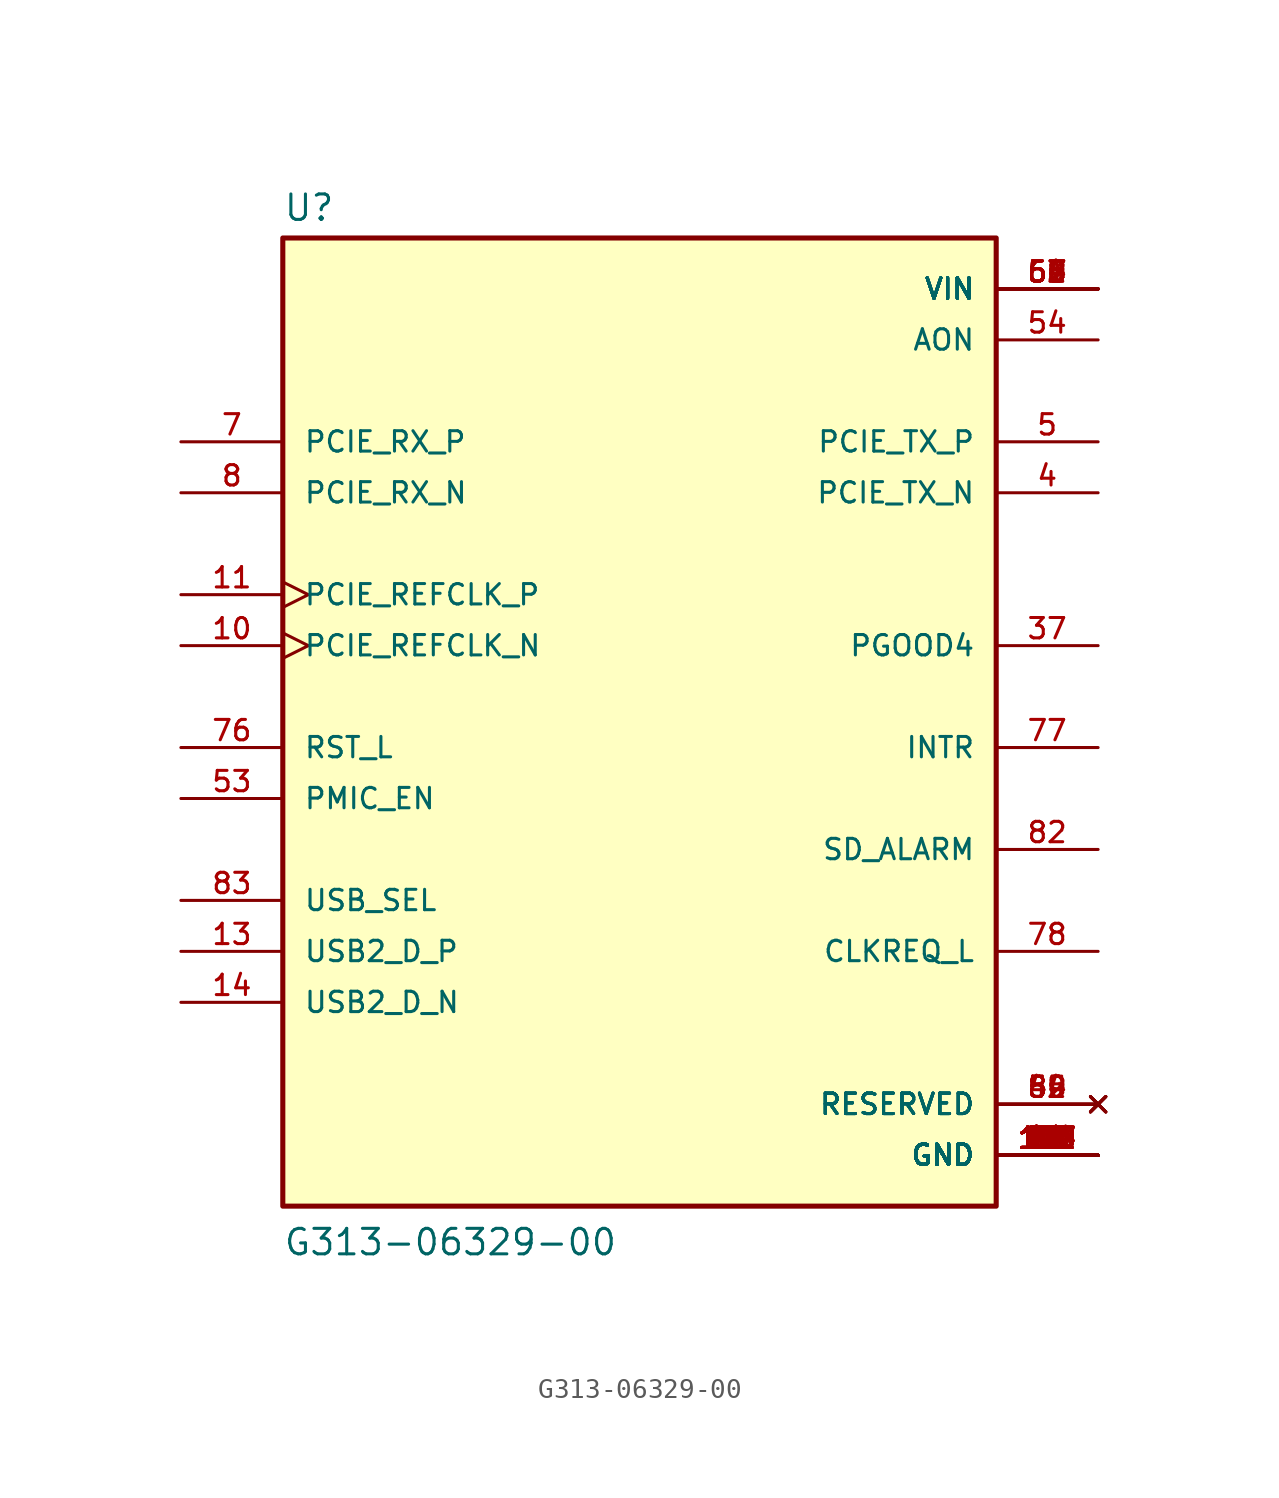
<source format=kicad_sym>
(kicad_symbol_lib
  (version 20211014)
  (generator kicad_symbol_editor)
  (symbol "G313-06329-00"
    (pin_names
      (offset 1.016))
    (property "Reference" "U"
      (at -17.78 23.622 0)
      (effects (font (size 1.27 1.27)) (justify bottom left)))
    (property "Value" "G313-06329-00"
      (at -17.78 -27.94 0)
      (effects (font (size 1.27 1.27)) (justify bottom left)))
    (symbol "G313-06329-00_0_0"
      (rectangle (start -17.78 -25.4) (end 17.78 22.86) (stroke (width 0.254)) (fill (type background)))
      (pin output line (at 22.86 10.16 180.0) (length 5.08) (name "PCIE_TX_N" (effects (font (size 1.016 1.016)))) (number "4" (effects (font (size 1.016 1.016)))))
      (pin output line (at 22.86 12.7 180.0) (length 5.08) (name "PCIE_TX_P" (effects (font (size 1.016 1.016)))) (number "5" (effects (font (size 1.016 1.016)))))
      (pin input line (at -22.86 12.7 0) (length 5.08) (name "PCIE_RX_P" (effects (font (size 1.016 1.016)))) (number "7" (effects (font (size 1.016 1.016)))))
      (pin input line (at -22.86 10.16 0) (length 5.08) (name "PCIE_RX_N" (effects (font (size 1.016 1.016)))) (number "8" (effects (font (size 1.016 1.016)))))
      (pin input clock (at -22.86 2.54 0) (length 5.08) (name "PCIE_REFCLK_N" (effects (font (size 1.016 1.016)))) (number "10" (effects (font (size 1.016 1.016)))))
      (pin input clock (at -22.86 5.08 0) (length 5.08) (name "PCIE_REFCLK_P" (effects (font (size 1.016 1.016)))) (number "11" (effects (font (size 1.016 1.016)))))
      (pin bidirectional line (at -22.86 -12.7 0) (length 5.08) (name "USB2_D_P" (effects (font (size 1.016 1.016)))) (number "13" (effects (font (size 1.016 1.016)))))
      (pin bidirectional line (at -22.86 -15.24 0) (length 5.08) (name "USB2_D_N" (effects (font (size 1.016 1.016)))) (number "14" (effects (font (size 1.016 1.016)))))
      (pin output line (at 22.86 2.54 180.0) (length 5.08) (name "PGOOD4" (effects (font (size 1.016 1.016)))) (number "37" (effects (font (size 1.016 1.016)))))
      (pin input line (at -22.86 -5.08 0) (length 5.08) (name "PMIC_EN" (effects (font (size 1.016 1.016)))) (number "53" (effects (font (size 1.016 1.016)))))
      (pin input line (at -22.86 -2.54 0) (length 5.08) (name "RST_L" (effects (font (size 1.016 1.016)))) (number "76" (effects (font (size 1.016 1.016)))))
      (pin output line (at 22.86 -2.54 180.0) (length 5.08) (name "INTR" (effects (font (size 1.016 1.016)))) (number "77" (effects (font (size 1.016 1.016)))))
      (pin bidirectional line (at 22.86 -12.7 180.0) (length 5.08) (name "CLKREQ_L" (effects (font (size 1.016 1.016)))) (number "78" (effects (font (size 1.016 1.016)))))
      (pin output line (at 22.86 -7.62 180.0) (length 5.08) (name "SD_ALARM" (effects (font (size 1.016 1.016)))) (number "82" (effects (font (size 1.016 1.016)))))
      (pin input line (at -22.86 -10.16 0) (length 5.08) (name "USB_SEL" (effects (font (size 1.016 1.016)))) (number "83" (effects (font (size 1.016 1.016)))))
      (pin power_in line (at 22.86 -22.86 180.0) (length 5.08) (name "GND" (effects (font (size 1.016 1.016)))) (number "1" (effects (font (size 1.016 1.016)))))
      (pin power_in line (at 22.86 -22.86 180.0) (length 5.08) (name "GND" (effects (font (size 1.016 1.016)))) (number "2" (effects (font (size 1.016 1.016)))))
      (pin power_in line (at 22.86 -22.86 180.0) (length 5.08) (name "GND" (effects (font (size 1.016 1.016)))) (number "3" (effects (font (size 1.016 1.016)))))
      (pin power_in line (at 22.86 -22.86 180.0) (length 5.08) (name "GND" (effects (font (size 1.016 1.016)))) (number "6" (effects (font (size 1.016 1.016)))))
      (pin power_in line (at 22.86 -22.86 180.0) (length 5.08) (name "GND" (effects (font (size 1.016 1.016)))) (number "9" (effects (font (size 1.016 1.016)))))
      (pin power_in line (at 22.86 -22.86 180.0) (length 5.08) (name "GND" (effects (font (size 1.016 1.016)))) (number "12" (effects (font (size 1.016 1.016)))))
      (pin power_in line (at 22.86 -22.86 180.0) (length 5.08) (name "GND" (effects (font (size 1.016 1.016)))) (number "15" (effects (font (size 1.016 1.016)))))
      (pin power_in line (at 22.86 -22.86 180.0) (length 5.08) (name "GND" (effects (font (size 1.016 1.016)))) (number "16" (effects (font (size 1.016 1.016)))))
      (pin power_in line (at 22.86 -22.86 180.0) (length 5.08) (name "GND" (effects (font (size 1.016 1.016)))) (number "17" (effects (font (size 1.016 1.016)))))
      (pin power_in line (at 22.86 -22.86 180.0) (length 5.08) (name "GND" (effects (font (size 1.016 1.016)))) (number "18" (effects (font (size 1.016 1.016)))))
      (pin power_in line (at 22.86 -22.86 180.0) (length 5.08) (name "GND" (effects (font (size 1.016 1.016)))) (number "19" (effects (font (size 1.016 1.016)))))
      (pin power_in line (at 22.86 -22.86 180.0) (length 5.08) (name "GND" (effects (font (size 1.016 1.016)))) (number "20" (effects (font (size 1.016 1.016)))))
      (pin power_in line (at 22.86 -22.86 180.0) (length 5.08) (name "GND" (effects (font (size 1.016 1.016)))) (number "21" (effects (font (size 1.016 1.016)))))
      (pin power_in line (at 22.86 -22.86 180.0) (length 5.08) (name "GND" (effects (font (size 1.016 1.016)))) (number "22" (effects (font (size 1.016 1.016)))))
      (pin power_in line (at 22.86 -22.86 180.0) (length 5.08) (name "GND" (effects (font (size 1.016 1.016)))) (number "23" (effects (font (size 1.016 1.016)))))
      (pin power_in line (at 22.86 -22.86 180.0) (length 5.08) (name "GND" (effects (font (size 1.016 1.016)))) (number "24" (effects (font (size 1.016 1.016)))))
      (pin power_in line (at 22.86 -22.86 180.0) (length 5.08) (name "GND" (effects (font (size 1.016 1.016)))) (number "25" (effects (font (size 1.016 1.016)))))
      (pin power_in line (at 22.86 -22.86 180.0) (length 5.08) (name "GND" (effects (font (size 1.016 1.016)))) (number "26" (effects (font (size 1.016 1.016)))))
      (pin power_in line (at 22.86 -22.86 180.0) (length 5.08) (name "GND" (effects (font (size 1.016 1.016)))) (number "27" (effects (font (size 1.016 1.016)))))
      (pin power_in line (at 22.86 -22.86 180.0) (length 5.08) (name "GND" (effects (font (size 1.016 1.016)))) (number "28" (effects (font (size 1.016 1.016)))))
      (pin power_in line (at 22.86 -22.86 180.0) (length 5.08) (name "GND" (effects (font (size 1.016 1.016)))) (number "29" (effects (font (size 1.016 1.016)))))
      (pin power_in line (at 22.86 -22.86 180.0) (length 5.08) (name "GND" (effects (font (size 1.016 1.016)))) (number "30" (effects (font (size 1.016 1.016)))))
      (pin power_in line (at 22.86 -22.86 180.0) (length 5.08) (name "GND" (effects (font (size 1.016 1.016)))) (number "31" (effects (font (size 1.016 1.016)))))
      (pin power_in line (at 22.86 -22.86 180.0) (length 5.08) (name "GND" (effects (font (size 1.016 1.016)))) (number "32" (effects (font (size 1.016 1.016)))))
      (pin power_in line (at 22.86 -22.86 180.0) (length 5.08) (name "GND" (effects (font (size 1.016 1.016)))) (number "33" (effects (font (size 1.016 1.016)))))
      (pin power_in line (at 22.86 -22.86 180.0) (length 5.08) (name "GND" (effects (font (size 1.016 1.016)))) (number "34" (effects (font (size 1.016 1.016)))))
      (pin power_in line (at 22.86 -22.86 180.0) (length 5.08) (name "GND" (effects (font (size 1.016 1.016)))) (number "35" (effects (font (size 1.016 1.016)))))
      (pin power_in line (at 22.86 -22.86 180.0) (length 5.08) (name "GND" (effects (font (size 1.016 1.016)))) (number "36" (effects (font (size 1.016 1.016)))))
      (pin power_in line (at 22.86 -22.86 180.0) (length 5.08) (name "GND" (effects (font (size 1.016 1.016)))) (number "38" (effects (font (size 1.016 1.016)))))
      (pin power_in line (at 22.86 -22.86 180.0) (length 5.08) (name "GND" (effects (font (size 1.016 1.016)))) (number "39" (effects (font (size 1.016 1.016)))))
      (pin power_in line (at 22.86 -22.86 180.0) (length 5.08) (name "GND" (effects (font (size 1.016 1.016)))) (number "40" (effects (font (size 1.016 1.016)))))
      (pin power_in line (at 22.86 -22.86 180.0) (length 5.08) (name "GND" (effects (font (size 1.016 1.016)))) (number "41" (effects (font (size 1.016 1.016)))))
      (pin power_in line (at 22.86 -22.86 180.0) (length 5.08) (name "GND" (effects (font (size 1.016 1.016)))) (number "42" (effects (font (size 1.016 1.016)))))
      (pin power_in line (at 22.86 -22.86 180.0) (length 5.08) (name "GND" (effects (font (size 1.016 1.016)))) (number "43" (effects (font (size 1.016 1.016)))))
      (pin power_in line (at 22.86 -22.86 180.0) (length 5.08) (name "GND" (effects (font (size 1.016 1.016)))) (number "44" (effects (font (size 1.016 1.016)))))
      (pin power_in line (at 22.86 -22.86 180.0) (length 5.08) (name "GND" (effects (font (size 1.016 1.016)))) (number "45" (effects (font (size 1.016 1.016)))))
      (pin power_in line (at 22.86 -22.86 180.0) (length 5.08) (name "GND" (effects (font (size 1.016 1.016)))) (number "46" (effects (font (size 1.016 1.016)))))
      (pin power_in line (at 22.86 -22.86 180.0) (length 5.08) (name "GND" (effects (font (size 1.016 1.016)))) (number "47" (effects (font (size 1.016 1.016)))))
      (pin power_in line (at 22.86 -22.86 180.0) (length 5.08) (name "GND" (effects (font (size 1.016 1.016)))) (number "48" (effects (font (size 1.016 1.016)))))
      (pin power_in line (at 22.86 -22.86 180.0) (length 5.08) (name "GND" (effects (font (size 1.016 1.016)))) (number "51" (effects (font (size 1.016 1.016)))))
      (pin power_in line (at 22.86 -22.86 180.0) (length 5.08) (name "GND" (effects (font (size 1.016 1.016)))) (number "55" (effects (font (size 1.016 1.016)))))
      (pin power_in line (at 22.86 -22.86 180.0) (length 5.08) (name "GND" (effects (font (size 1.016 1.016)))) (number "68" (effects (font (size 1.016 1.016)))))
      (pin power_in line (at 22.86 -22.86 180.0) (length 5.08) (name "GND" (effects (font (size 1.016 1.016)))) (number "69" (effects (font (size 1.016 1.016)))))
      (pin power_in line (at 22.86 -22.86 180.0) (length 5.08) (name "GND" (effects (font (size 1.016 1.016)))) (number "70" (effects (font (size 1.016 1.016)))))
      (pin power_in line (at 22.86 -22.86 180.0) (length 5.08) (name "GND" (effects (font (size 1.016 1.016)))) (number "71" (effects (font (size 1.016 1.016)))))
      (pin power_in line (at 22.86 -22.86 180.0) (length 5.08) (name "GND" (effects (font (size 1.016 1.016)))) (number "72" (effects (font (size 1.016 1.016)))))
      (pin power_in line (at 22.86 -22.86 180.0) (length 5.08) (name "GND" (effects (font (size 1.016 1.016)))) (number "73" (effects (font (size 1.016 1.016)))))
      (pin power_in line (at 22.86 -22.86 180.0) (length 5.08) (name "GND" (effects (font (size 1.016 1.016)))) (number "74" (effects (font (size 1.016 1.016)))))
      (pin power_in line (at 22.86 -22.86 180.0) (length 5.08) (name "GND" (effects (font (size 1.016 1.016)))) (number "75" (effects (font (size 1.016 1.016)))))
      (pin power_in line (at 22.86 -22.86 180.0) (length 5.08) (name "GND" (effects (font (size 1.016 1.016)))) (number "79" (effects (font (size 1.016 1.016)))))
      (pin power_in line (at 22.86 -22.86 180.0) (length 5.08) (name "GND" (effects (font (size 1.016 1.016)))) (number "80" (effects (font (size 1.016 1.016)))))
      (pin power_in line (at 22.86 -22.86 180.0) (length 5.08) (name "GND" (effects (font (size 1.016 1.016)))) (number "81" (effects (font (size 1.016 1.016)))))
      (pin power_in line (at 22.86 -22.86 180.0) (length 5.08) (name "GND" (effects (font (size 1.016 1.016)))) (number "86" (effects (font (size 1.016 1.016)))))
      (pin power_in line (at 22.86 -22.86 180.0) (length 5.08) (name "GND" (effects (font (size 1.016 1.016)))) (number "87" (effects (font (size 1.016 1.016)))))
      (pin power_in line (at 22.86 -22.86 180.0) (length 5.08) (name "GND" (effects (font (size 1.016 1.016)))) (number "88" (effects (font (size 1.016 1.016)))))
      (pin power_in line (at 22.86 -22.86 180.0) (length 5.08) (name "GND" (effects (font (size 1.016 1.016)))) (number "89" (effects (font (size 1.016 1.016)))))
      (pin power_in line (at 22.86 -22.86 180.0) (length 5.08) (name "GND" (effects (font (size 1.016 1.016)))) (number "90" (effects (font (size 1.016 1.016)))))
      (pin power_in line (at 22.86 -22.86 180.0) (length 5.08) (name "GND" (effects (font (size 1.016 1.016)))) (number "91" (effects (font (size 1.016 1.016)))))
      (pin power_in line (at 22.86 -22.86 180.0) (length 5.08) (name "GND" (effects (font (size 1.016 1.016)))) (number "92" (effects (font (size 1.016 1.016)))))
      (pin power_in line (at 22.86 -22.86 180.0) (length 5.08) (name "GND" (effects (font (size 1.016 1.016)))) (number "93" (effects (font (size 1.016 1.016)))))
      (pin power_in line (at 22.86 -22.86 180.0) (length 5.08) (name "GND" (effects (font (size 1.016 1.016)))) (number "94" (effects (font (size 1.016 1.016)))))
      (pin power_in line (at 22.86 -22.86 180.0) (length 5.08) (name "GND" (effects (font (size 1.016 1.016)))) (number "95" (effects (font (size 1.016 1.016)))))
      (pin power_in line (at 22.86 -22.86 180.0) (length 5.08) (name "GND" (effects (font (size 1.016 1.016)))) (number "96" (effects (font (size 1.016 1.016)))))
      (pin power_in line (at 22.86 -22.86 180.0) (length 5.08) (name "GND" (effects (font (size 1.016 1.016)))) (number "97" (effects (font (size 1.016 1.016)))))
      (pin power_in line (at 22.86 -22.86 180.0) (length 5.08) (name "GND" (effects (font (size 1.016 1.016)))) (number "98" (effects (font (size 1.016 1.016)))))
      (pin power_in line (at 22.86 -22.86 180.0) (length 5.08) (name "GND" (effects (font (size 1.016 1.016)))) (number "99" (effects (font (size 1.016 1.016)))))
      (pin power_in line (at 22.86 -22.86 180.0) (length 5.08) (name "GND" (effects (font (size 1.016 1.016)))) (number "100" (effects (font (size 1.016 1.016)))))
      (pin power_in line (at 22.86 -22.86 180.0) (length 5.08) (name "GND" (effects (font (size 1.016 1.016)))) (number "101" (effects (font (size 1.016 1.016)))))
      (pin power_in line (at 22.86 -22.86 180.0) (length 5.08) (name "GND" (effects (font (size 1.016 1.016)))) (number "102" (effects (font (size 1.016 1.016)))))
      (pin power_in line (at 22.86 -22.86 180.0) (length 5.08) (name "GND" (effects (font (size 1.016 1.016)))) (number "103" (effects (font (size 1.016 1.016)))))
      (pin power_in line (at 22.86 -22.86 180.0) (length 5.08) (name "GND" (effects (font (size 1.016 1.016)))) (number "104" (effects (font (size 1.016 1.016)))))
      (pin power_in line (at 22.86 -22.86 180.0) (length 5.08) (name "GND" (effects (font (size 1.016 1.016)))) (number "105" (effects (font (size 1.016 1.016)))))
      (pin power_in line (at 22.86 -22.86 180.0) (length 5.08) (name "GND" (effects (font (size 1.016 1.016)))) (number "106" (effects (font (size 1.016 1.016)))))
      (pin power_in line (at 22.86 -22.86 180.0) (length 5.08) (name "GND" (effects (font (size 1.016 1.016)))) (number "107" (effects (font (size 1.016 1.016)))))
      (pin power_in line (at 22.86 -22.86 180.0) (length 5.08) (name "GND" (effects (font (size 1.016 1.016)))) (number "108" (effects (font (size 1.016 1.016)))))
      (pin power_in line (at 22.86 -22.86 180.0) (length 5.08) (name "GND" (effects (font (size 1.016 1.016)))) (number "109" (effects (font (size 1.016 1.016)))))
      (pin power_in line (at 22.86 -22.86 180.0) (length 5.08) (name "GND" (effects (font (size 1.016 1.016)))) (number "110" (effects (font (size 1.016 1.016)))))
      (pin power_in line (at 22.86 -22.86 180.0) (length 5.08) (name "GND" (effects (font (size 1.016 1.016)))) (number "111" (effects (font (size 1.016 1.016)))))
      (pin power_in line (at 22.86 -22.86 180.0) (length 5.08) (name "GND" (effects (font (size 1.016 1.016)))) (number "112" (effects (font (size 1.016 1.016)))))
      (pin power_in line (at 22.86 -22.86 180.0) (length 5.08) (name "GND" (effects (font (size 1.016 1.016)))) (number "113" (effects (font (size 1.016 1.016)))))
      (pin power_in line (at 22.86 -22.86 180.0) (length 5.08) (name "GND" (effects (font (size 1.016 1.016)))) (number "114" (effects (font (size 1.016 1.016)))))
      (pin power_in line (at 22.86 -22.86 180.0) (length 5.08) (name "GND" (effects (font (size 1.016 1.016)))) (number "115" (effects (font (size 1.016 1.016)))))
      (pin power_in line (at 22.86 -22.86 180.0) (length 5.08) (name "GND" (effects (font (size 1.016 1.016)))) (number "116" (effects (font (size 1.016 1.016)))))
      (pin power_in line (at 22.86 -22.86 180.0) (length 5.08) (name "GND" (effects (font (size 1.016 1.016)))) (number "117" (effects (font (size 1.016 1.016)))))
      (pin power_in line (at 22.86 -22.86 180.0) (length 5.08) (name "GND" (effects (font (size 1.016 1.016)))) (number "118" (effects (font (size 1.016 1.016)))))
      (pin power_in line (at 22.86 -22.86 180.0) (length 5.08) (name "GND" (effects (font (size 1.016 1.016)))) (number "119" (effects (font (size 1.016 1.016)))))
      (pin power_in line (at 22.86 -22.86 180.0) (length 5.08) (name "GND" (effects (font (size 1.016 1.016)))) (number "120" (effects (font (size 1.016 1.016)))))
      (pin no_connect line (at 22.86 -20.32 180.0) (length 5.08) (name "RESERVED" (effects (font (size 1.016 1.016)))) (number "49" (effects (font (size 1.016 1.016)))))
      (pin no_connect line (at 22.86 -20.32 180.0) (length 5.08) (name "RESERVED" (effects (font (size 1.016 1.016)))) (number "50" (effects (font (size 1.016 1.016)))))
      (pin no_connect line (at 22.86 -20.32 180.0) (length 5.08) (name "RESERVED" (effects (font (size 1.016 1.016)))) (number "52" (effects (font (size 1.016 1.016)))))
      (pin no_connect line (at 22.86 -20.32 180.0) (length 5.08) (name "RESERVED" (effects (font (size 1.016 1.016)))) (number "84" (effects (font (size 1.016 1.016)))))
      (pin no_connect line (at 22.86 -20.32 180.0) (length 5.08) (name "RESERVED" (effects (font (size 1.016 1.016)))) (number "85" (effects (font (size 1.016 1.016)))))
      (pin power_in line (at 22.86 17.78 180.0) (length 5.08) (name "AON" (effects (font (size 1.016 1.016)))) (number "54" (effects (font (size 1.016 1.016)))))
      (pin power_in line (at 22.86 20.32 180.0) (length 5.08) (name "VIN" (effects (font (size 1.016 1.016)))) (number "56" (effects (font (size 1.016 1.016)))))
      (pin power_in line (at 22.86 20.32 180.0) (length 5.08) (name "VIN" (effects (font (size 1.016 1.016)))) (number "57" (effects (font (size 1.016 1.016)))))
      (pin power_in line (at 22.86 20.32 180.0) (length 5.08) (name "VIN" (effects (font (size 1.016 1.016)))) (number "58" (effects (font (size 1.016 1.016)))))
      (pin power_in line (at 22.86 20.32 180.0) (length 5.08) (name "VIN" (effects (font (size 1.016 1.016)))) (number "59" (effects (font (size 1.016 1.016)))))
      (pin power_in line (at 22.86 20.32 180.0) (length 5.08) (name "VIN" (effects (font (size 1.016 1.016)))) (number "60" (effects (font (size 1.016 1.016)))))
      (pin power_in line (at 22.86 20.32 180.0) (length 5.08) (name "VIN" (effects (font (size 1.016 1.016)))) (number "61" (effects (font (size 1.016 1.016)))))
      (pin power_in line (at 22.86 20.32 180.0) (length 5.08) (name "VIN" (effects (font (size 1.016 1.016)))) (number "62" (effects (font (size 1.016 1.016)))))
      (pin power_in line (at 22.86 20.32 180.0) (length 5.08) (name "VIN" (effects (font (size 1.016 1.016)))) (number "63" (effects (font (size 1.016 1.016)))))
      (pin power_in line (at 22.86 20.32 180.0) (length 5.08) (name "VIN" (effects (font (size 1.016 1.016)))) (number "64" (effects (font (size 1.016 1.016)))))
      (pin power_in line (at 22.86 20.32 180.0) (length 5.08) (name "VIN" (effects (font (size 1.016 1.016)))) (number "65" (effects (font (size 1.016 1.016)))))
      (pin power_in line (at 22.86 20.32 180.0) (length 5.08) (name "VIN" (effects (font (size 1.016 1.016)))) (number "66" (effects (font (size 1.016 1.016)))))
      (pin power_in line (at 22.86 20.32 180.0) (length 5.08) (name "VIN" (effects (font (size 1.016 1.016)))) (number "67" (effects (font (size 1.016 1.016))))))))
</source>
